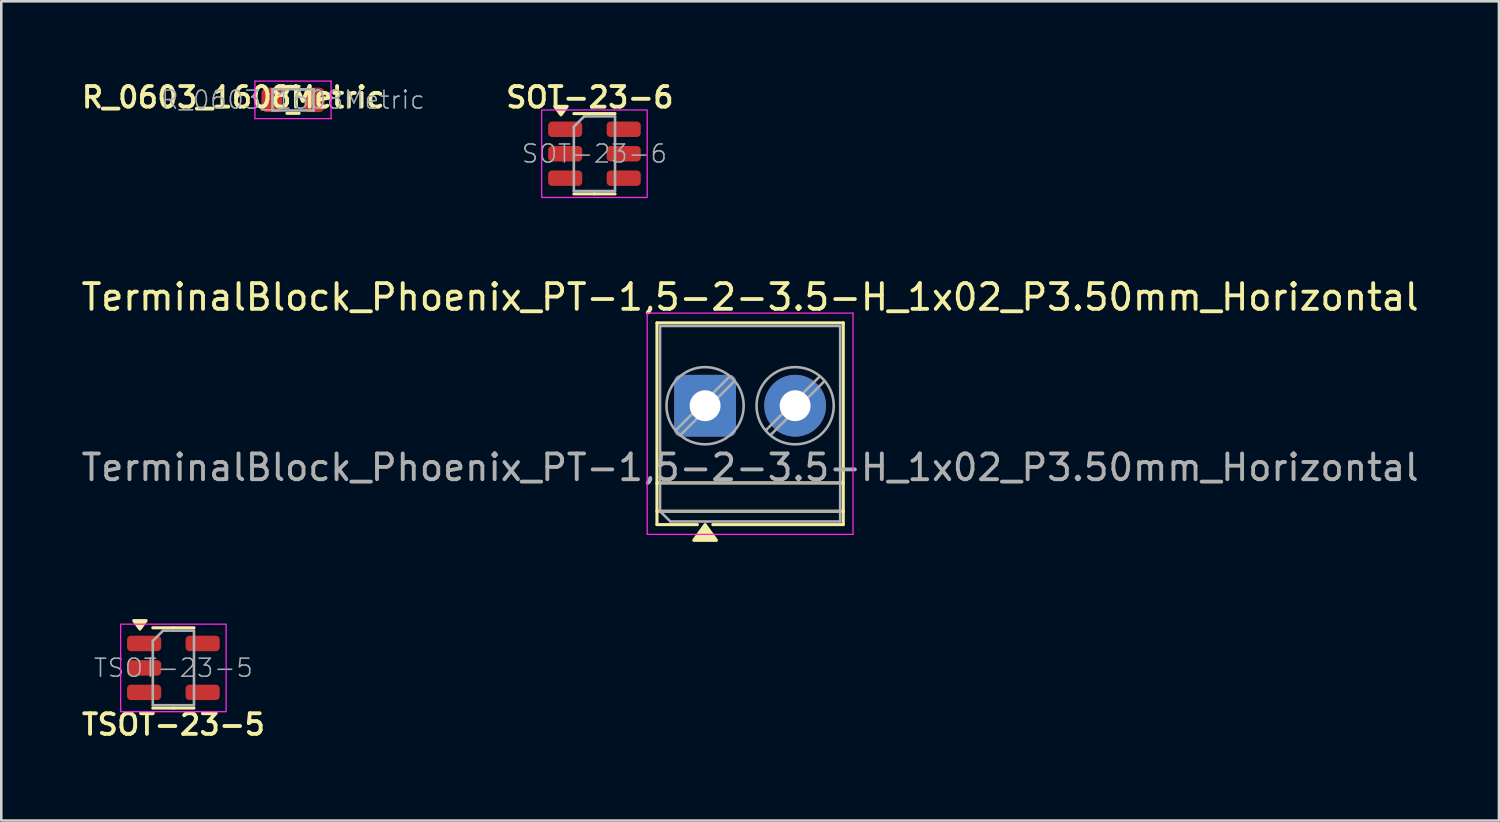
<source format=kicad_pcb>
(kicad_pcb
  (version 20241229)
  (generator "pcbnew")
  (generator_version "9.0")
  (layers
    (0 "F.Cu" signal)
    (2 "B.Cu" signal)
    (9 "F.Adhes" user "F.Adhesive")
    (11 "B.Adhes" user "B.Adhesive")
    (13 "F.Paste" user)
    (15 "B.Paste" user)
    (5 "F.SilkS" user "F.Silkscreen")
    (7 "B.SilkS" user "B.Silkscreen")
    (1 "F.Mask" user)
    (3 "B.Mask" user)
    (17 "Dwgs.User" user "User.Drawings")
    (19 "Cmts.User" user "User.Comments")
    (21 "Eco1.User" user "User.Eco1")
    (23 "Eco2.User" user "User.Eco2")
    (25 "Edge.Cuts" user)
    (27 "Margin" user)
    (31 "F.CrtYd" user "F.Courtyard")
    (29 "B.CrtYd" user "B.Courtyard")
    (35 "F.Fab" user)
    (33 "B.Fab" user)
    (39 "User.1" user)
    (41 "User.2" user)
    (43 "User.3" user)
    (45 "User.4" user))
  (footprint "R_0603_1608Metric"
    (layer "F.Cu")
    (at 8.337 0.831)
    (property "Reference" "R_0603_1608Metric" (at -2.325 -0.1 0) (layer "F.SilkS") (effects (font (size 0.8 0.8) (thickness 0.15))))
    (attr smd)
    (fp_line (start -0.237 -0.522) (end 0.237 -0.522) (stroke (width 0.12) (type solid)) (layer "F.SilkS"))
    (fp_line (start -0.237 0.522) (end 0.237 0.522) (stroke (width 0.12) (type solid)) (layer "F.SilkS"))
    (fp_line (start -1.48 -0.73) (end 1.48 -0.73) (stroke (width 0.05) (type solid)) (layer "F.CrtYd"))
    (fp_line (start -1.48 0.73) (end -1.48 -0.73) (stroke (width 0.05) (type solid)) (layer "F.CrtYd"))
    (fp_line (start 1.48 -0.73) (end 1.48 0.73) (stroke (width 0.05) (type solid)) (layer "F.CrtYd"))
    (fp_line (start 1.48 0.73) (end -1.48 0.73) (stroke (width 0.05) (type solid)) (layer "F.CrtYd"))
    (fp_line (start -0.8 -0.412) (end 0.8 -0.412) (stroke (width 0.1) (type solid)) (layer "F.Fab"))
    (fp_line (start -0.8 0.412) (end -0.8 -0.412) (stroke (width 0.1) (type solid)) (layer "F.Fab"))
    (fp_line (start 0.8 -0.412) (end 0.8 0.412) (stroke (width 0.1) (type solid)) (layer "F.Fab"))
    (fp_line (start 0.8 0.412) (end -0.8 0.412) (stroke (width 0.1) (type solid)) (layer "F.Fab"))
    (fp_text user "${REFERENCE}" (at 0 0 180) (layer "F.Fab") (effects (font (size 0.7 0.7) (thickness 0.06))))
    (pad "1" smd roundrect (at -0.825 0) (size 0.8 0.95) (layers "F.Cu" "F.Mask" "F.Paste") (roundrect_rratio 0.25))
    (pad "2" smd roundrect (at 0.825 0) (size 0.8 0.95) (layers "F.Cu" "F.Mask" "F.Paste") (roundrect_rratio 0.25)))
  (footprint "TSOT-23-5"
    (layer "F.Cu")
    (at 3.688 22.907)
    (property "Reference" "TSOT-23-5" (at 0 2.2 180) (layer "F.SilkS") (effects (font (size 0.8 0.8) (thickness 0.15))))
    (attr smd)
    (fp_line (start 0 -1.56) (end -0.8 -1.56) (stroke (width 0.12) (type solid)) (layer "F.SilkS"))
    (fp_line (start 0 -1.56) (end 0.8 -1.56) (stroke (width 0.12) (type solid)) (layer "F.SilkS"))
    (fp_line (start 0 1.56) (end -0.8 1.56) (stroke (width 0.12) (type solid)) (layer "F.SilkS"))
    (fp_line (start 0 1.56) (end 0.8 1.56) (stroke (width 0.12) (type solid)) (layer "F.SilkS"))
    (fp_poly (pts (xy -1.3 -1.51) (xy -1.54 -1.84) (xy -1.06 -1.84)) (stroke (width 0.12) (type solid)) (fill yes) (layer "F.SilkS"))
    (fp_rect (start -2.05 -1.7) (end 2.05 1.7) (stroke (width 0.05) (type solid)) (fill no) (layer "F.CrtYd"))
    (fp_line (start -0.8 -1.05) (end -0.4 -1.45) (stroke (width 0.1) (type solid)) (layer "F.Fab"))
    (fp_line (start -0.8 1.45) (end -0.8 -1.05) (stroke (width 0.1) (type solid)) (layer "F.Fab"))
    (fp_line (start -0.4 -1.45) (end 0.8 -1.45) (stroke (width 0.1) (type solid)) (layer "F.Fab"))
    (fp_line (start 0.8 -1.45) (end 0.8 1.45) (stroke (width 0.1) (type solid)) (layer "F.Fab"))
    (fp_line (start 0.8 1.45) (end -0.8 1.45) (stroke (width 0.1) (type solid)) (layer "F.Fab"))
    (fp_text user "${REFERENCE}" (at 0 0 180) (layer "F.Fab") (effects (font (size 0.7 0.7) (thickness 0.06))))
    (pad "1" smd roundrect (at -1.137 -0.95) (size 1.325 0.6) (layers "F.Cu" "F.Mask" "F.Paste") (roundrect_rratio 0.25))
    (pad "2" smd roundrect (at -1.137 0) (size 1.325 0.6) (layers "F.Cu" "F.Mask" "F.Paste") (roundrect_rratio 0.25))
    (pad "3" smd roundrect (at -1.137 0.95) (size 1.325 0.6) (layers "F.Cu" "F.Mask" "F.Paste") (roundrect_rratio 0.25))
    (pad "4" smd roundrect (at 1.137 0.95) (size 1.325 0.6) (layers "F.Cu" "F.Mask" "F.Paste") (roundrect_rratio 0.25))
    (pad "5" smd roundrect (at 1.137 -0.95) (size 1.325 0.6) (layers "F.Cu" "F.Mask" "F.Paste") (roundrect_rratio 0.25)))
  (footprint "TerminalBlock_Phoenix_PT-1,5-2-3.5-H_1x02_P3.50mm_Horizontal"
    (layer "F.Cu")
    (at 24.351 12.717)
    (property "Reference" "TerminalBlock_Phoenix_PT-1,5-2-3.5-H_1x02_P3.50mm_Horizontal" (at 1.75 -4.22 0) (layer "F.SilkS") (effects (font (size 1 1) (thickness 0.15))))
    (attr through_hole)
    (fp_line (start -1.87 -3.22) (end -1.87 4.62) (stroke (width 0.12) (type solid)) (layer "F.SilkS"))
    (fp_line (start -1.87 -3.22) (end 5.37 -3.22) (stroke (width 0.12) (type solid)) (layer "F.SilkS"))
    (fp_line (start -1.87 3) (end 5.37 3) (stroke (width 0.12) (type solid)) (layer "F.SilkS"))
    (fp_line (start -1.87 4.1) (end 5.37 4.1) (stroke (width 0.12) (type solid)) (layer "F.SilkS"))
    (fp_line (start -1.87 4.62) (end -0.3 4.62) (stroke (width 0.12) (type solid)) (layer "F.SilkS"))
    (fp_line (start 0.3 4.62) (end 5.37 4.62) (stroke (width 0.12) (type solid)) (layer "F.SilkS"))
    (fp_line (start 5.37 -3.22) (end 5.37 4.62) (stroke (width 0.12) (type solid)) (layer "F.SilkS"))
    (fp_poly (pts (xy 0 4.62) (xy 0.44 5.23) (xy -0.44 5.23)) (stroke (width 0.12) (type solid)) (fill yes) (layer "F.SilkS"))
    (fp_line (start -2.25 -3.6) (end -2.25 5) (stroke (width 0.05) (type solid)) (layer "F.CrtYd"))
    (fp_line (start -2.25 5) (end 5.75 5) (stroke (width 0.05) (type solid)) (layer "F.CrtYd"))
    (fp_line (start 5.75 -3.6) (end -2.25 -3.6) (stroke (width 0.05) (type solid)) (layer "F.CrtYd"))
    (fp_line (start 5.75 5) (end 5.75 -3.6) (stroke (width 0.05) (type solid)) (layer "F.CrtYd"))
    (fp_line (start -1.75 -3.1) (end 5.25 -3.1) (stroke (width 0.1) (type solid)) (layer "F.Fab"))
    (fp_line (start -1.75 3) (end 5.25 3) (stroke (width 0.1) (type solid)) (layer "F.Fab"))
    (fp_line (start -1.75 4.1) (end -1.75 -3.1) (stroke (width 0.1) (type solid)) (layer "F.Fab"))
    (fp_line (start -1.75 4.1) (end 5.25 4.1) (stroke (width 0.1) (type solid)) (layer "F.Fab"))
    (fp_line (start -1.35 4.5) (end -1.75 4.1) (stroke (width 0.1) (type solid)) (layer "F.Fab"))
    (fp_line (start 0.955 -1.138) (end -1.138 0.954) (stroke (width 0.1) (type solid)) (layer "F.Fab"))
    (fp_line (start 1.138 -0.954) (end -0.955 1.137) (stroke (width 0.1) (type solid)) (layer "F.Fab"))
    (fp_line (start 4.455 -1.138) (end 2.362 0.954) (stroke (width 0.1) (type solid)) (layer "F.Fab"))
    (fp_line (start 4.638 -0.954) (end 2.545 1.137) (stroke (width 0.1) (type solid)) (layer "F.Fab"))
    (fp_line (start 5.25 -3.1) (end 5.25 4.5) (stroke (width 0.1) (type solid)) (layer "F.Fab"))
    (fp_line (start 5.25 4.5) (end -1.35 4.5) (stroke (width 0.1) (type solid)) (layer "F.Fab"))
    (fp_circle (center 0 0) (end 1.5 0) (stroke (width 0.1) (type solid)) (fill no) (layer "F.Fab"))
    (fp_circle (center 3.5 0) (end 5 0) (stroke (width 0.1) (type solid)) (fill no) (layer "F.Fab"))
    (fp_text user "${REFERENCE}" (at 1.75 2.4 0) (layer "F.Fab") (effects (font (size 1 1) (thickness 0.15))))
    (pad "1" thru_hole roundrect (at 0 0) (size 2.4 2.4) (drill 1.2) (layers "*.Cu" "*.Mask") (roundrect_rratio 0.104))
    (pad "2" thru_hole circle (at 3.5 0) (size 2.4 2.4) (drill 1.2) (layers "*.Cu" "*.Mask")))
  (footprint "SOT-23-6"
    (layer "F.Cu")
    (at 20.051 2.924)
    (property "Reference" "SOT-23-6" (at -0.178 -2.192 0) (layer "F.SilkS") (effects (font (size 0.8 0.8) (thickness 0.15))))
    (attr smd)
    (fp_line (start 0 -1.56) (end -0.8 -1.56) (stroke (width 0.12) (type solid)) (layer "F.SilkS"))
    (fp_line (start 0 -1.56) (end 0.8 -1.56) (stroke (width 0.12) (type solid)) (layer "F.SilkS"))
    (fp_line (start 0 1.56) (end -0.8 1.56) (stroke (width 0.12) (type solid)) (layer "F.SilkS"))
    (fp_line (start 0 1.56) (end 0.8 1.56) (stroke (width 0.12) (type solid)) (layer "F.SilkS"))
    (fp_poly (pts (xy -1.3 -1.51) (xy -1.54 -1.84) (xy -1.06 -1.84)) (stroke (width 0.12) (type solid)) (fill yes) (layer "F.SilkS"))
    (fp_rect (start -2.05 -1.7) (end 2.05 1.7) (stroke (width 0.05) (type solid)) (fill no) (layer "F.CrtYd"))
    (fp_line (start -0.8 -1.05) (end -0.4 -1.45) (stroke (width 0.1) (type solid)) (layer "F.Fab"))
    (fp_line (start -0.8 1.45) (end -0.8 -1.05) (stroke (width 0.1) (type solid)) (layer "F.Fab"))
    (fp_line (start -0.4 -1.45) (end 0.8 -1.45) (stroke (width 0.1) (type solid)) (layer "F.Fab"))
    (fp_line (start 0.8 -1.45) (end 0.8 1.45) (stroke (width 0.1) (type solid)) (layer "F.Fab"))
    (fp_line (start 0.8 1.45) (end -0.8 1.45) (stroke (width 0.1) (type solid)) (layer "F.Fab"))
    (fp_text user "${REFERENCE}" (at 0 0 0) (layer "F.Fab") (effects (font (size 0.7 0.7) (thickness 0.06))))
    (pad "1" smd roundrect (at -1.137 -0.95) (size 1.325 0.6) (layers "F.Cu" "F.Mask" "F.Paste") (roundrect_rratio 0.25))
    (pad "2" smd roundrect (at -1.137 0) (size 1.325 0.6) (layers "F.Cu" "F.Mask" "F.Paste") (roundrect_rratio 0.25))
    (pad "3" smd roundrect (at -1.137 0.95) (size 1.325 0.6) (layers "F.Cu" "F.Mask" "F.Paste") (roundrect_rratio 0.25))
    (pad "4" smd roundrect (at 1.137 0.95) (size 1.325 0.6) (layers "F.Cu" "F.Mask" "F.Paste") (roundrect_rratio 0.25))
    (pad "5" smd roundrect (at 1.137 0) (size 1.325 0.6) (layers "F.Cu" "F.Mask" "F.Paste") (roundrect_rratio 0.25))
    (pad "6" smd roundrect (at 1.137 -0.95) (size 1.325 0.6) (layers "F.Cu" "F.Mask" "F.Paste") (roundrect_rratio 0.25)))
  (gr_rect
    (start -3 -3)
    (end 55.202 28.838)
    (stroke (width 0.1) (type default))
    (fill no)
    (layer "Edge.Cuts")))
</source>
